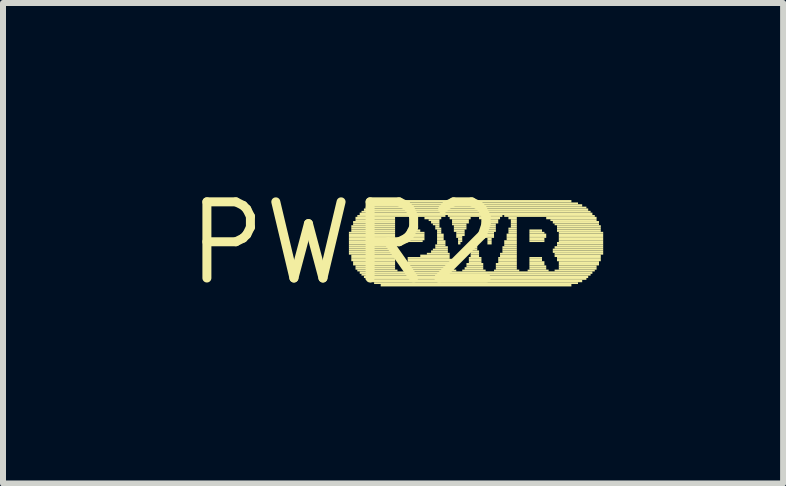
<source format=kicad_pcb>
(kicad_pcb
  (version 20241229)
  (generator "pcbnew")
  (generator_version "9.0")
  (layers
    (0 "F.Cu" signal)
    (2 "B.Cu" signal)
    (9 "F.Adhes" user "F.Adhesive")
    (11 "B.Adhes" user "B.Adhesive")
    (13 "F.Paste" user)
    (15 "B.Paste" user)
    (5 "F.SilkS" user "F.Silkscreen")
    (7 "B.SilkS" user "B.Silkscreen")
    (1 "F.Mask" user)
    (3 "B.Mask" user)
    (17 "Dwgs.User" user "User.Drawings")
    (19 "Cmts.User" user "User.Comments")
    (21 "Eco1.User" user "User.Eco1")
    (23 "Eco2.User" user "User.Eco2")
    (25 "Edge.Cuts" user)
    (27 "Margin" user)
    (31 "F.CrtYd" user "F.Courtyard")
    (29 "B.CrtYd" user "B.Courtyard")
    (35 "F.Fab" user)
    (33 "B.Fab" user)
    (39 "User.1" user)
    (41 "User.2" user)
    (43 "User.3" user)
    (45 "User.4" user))
  (footprint "PWR2"
    (layer "F.Cu")
    (at 2.698 1.006)
    (property "Reference" "PWR2" (at 0 0 0) (layer "F.SilkS") (effects (font (size 1.27 1.27) (thickness 0.15))))
    (fp_poly (pts (xy 0.07 -0.16) (xy 0.84 -0.16) (xy 0.84 -0.19) (xy 0.07 -0.19)) (stroke (width 0) (type solid)) (fill yes) (layer "F.SilkS"))
    (fp_poly (pts (xy 0.07 -0.12) (xy 0.84 -0.12) (xy 0.84 -0.16) (xy 0.07 -0.16)) (stroke (width 0) (type solid)) (fill yes) (layer "F.SilkS"))
    (fp_poly (pts (xy 0.07 -0.09) (xy 0.84 -0.09) (xy 0.84 -0.12) (xy 0.07 -0.12)) (stroke (width 0) (type solid)) (fill yes) (layer "F.SilkS"))
    (fp_poly (pts (xy 0.07 -0.05) (xy 0.84 -0.05) (xy 0.84 -0.09) (xy 0.07 -0.09)) (stroke (width 0) (type solid)) (fill yes) (layer "F.SilkS"))
    (fp_poly (pts (xy 0.07 -0.02) (xy 0.84 -0.02) (xy 0.84 -0.05) (xy 0.07 -0.05)) (stroke (width 0) (type solid)) (fill yes) (layer "F.SilkS"))
    (fp_poly (pts (xy 0.07 0.02) (xy 0.84 0.02) (xy 0.84 -0.02) (xy 0.07 -0.02)) (stroke (width 0) (type solid)) (fill yes) (layer "F.SilkS"))
    (fp_poly (pts (xy 0.07 0.05) (xy 0.84 0.05) (xy 0.84 0.02) (xy 0.07 0.02)) (stroke (width 0) (type solid)) (fill yes) (layer "F.SilkS"))
    (fp_poly (pts (xy 0.07 0.09) (xy 0.84 0.09) (xy 0.84 0.05) (xy 0.07 0.05)) (stroke (width 0) (type solid)) (fill yes) (layer "F.SilkS"))
    (fp_poly (pts (xy 0.07 0.12) (xy 0.84 0.12) (xy 0.84 0.09) (xy 0.07 0.09)) (stroke (width 0) (type solid)) (fill yes) (layer "F.SilkS"))
    (fp_poly (pts (xy 0.07 0.16) (xy 0.84 0.16) (xy 0.84 0.12) (xy 0.07 0.12)) (stroke (width 0) (type solid)) (fill yes) (layer "F.SilkS"))
    (fp_poly (pts (xy 0.07 0.19) (xy 0.84 0.19) (xy 0.84 0.16) (xy 0.07 0.16)) (stroke (width 0) (type solid)) (fill yes) (layer "F.SilkS"))
    (fp_poly (pts (xy 0.11 -0.26) (xy 0.84 -0.26) (xy 0.84 -0.3) (xy 0.11 -0.3)) (stroke (width 0) (type solid)) (fill yes) (layer "F.SilkS"))
    (fp_poly (pts (xy 0.11 -0.23) (xy 0.84 -0.23) (xy 0.84 -0.26) (xy 0.11 -0.26)) (stroke (width 0) (type solid)) (fill yes) (layer "F.SilkS"))
    (fp_poly (pts (xy 0.11 -0.19) (xy 0.84 -0.19) (xy 0.84 -0.23) (xy 0.11 -0.23)) (stroke (width 0) (type solid)) (fill yes) (layer "F.SilkS"))
    (fp_poly (pts (xy 0.11 0.23) (xy 0.84 0.23) (xy 0.84 0.19) (xy 0.11 0.19)) (stroke (width 0) (type solid)) (fill yes) (layer "F.SilkS"))
    (fp_poly (pts (xy 0.11 0.26) (xy 0.84 0.26) (xy 0.84 0.23) (xy 0.11 0.23)) (stroke (width 0) (type solid)) (fill yes) (layer "F.SilkS"))
    (fp_poly (pts (xy 0.11 0.3) (xy 0.84 0.3) (xy 0.84 0.26) (xy 0.11 0.26)) (stroke (width 0) (type solid)) (fill yes) (layer "F.SilkS"))
    (fp_poly (pts (xy 0.14 -0.33) (xy 0.84 -0.33) (xy 0.84 -0.37) (xy 0.14 -0.37)) (stroke (width 0) (type solid)) (fill yes) (layer "F.SilkS"))
    (fp_poly (pts (xy 0.14 -0.3) (xy 0.84 -0.3) (xy 0.84 -0.33) (xy 0.14 -0.33)) (stroke (width 0) (type solid)) (fill yes) (layer "F.SilkS"))
    (fp_poly (pts (xy 0.14 0.33) (xy 0.84 0.33) (xy 0.84 0.3) (xy 0.14 0.3)) (stroke (width 0) (type solid)) (fill yes) (layer "F.SilkS"))
    (fp_poly (pts (xy 0.14 0.37) (xy 0.84 0.37) (xy 0.84 0.33) (xy 0.14 0.33)) (stroke (width 0) (type solid)) (fill yes) (layer "F.SilkS"))
    (fp_poly (pts (xy 0.18 -0.4) (xy 0.84 -0.4) (xy 0.84 -0.44) (xy 0.18 -0.44)) (stroke (width 0) (type solid)) (fill yes) (layer "F.SilkS"))
    (fp_poly (pts (xy 0.18 -0.37) (xy 0.84 -0.37) (xy 0.84 -0.4) (xy 0.18 -0.4)) (stroke (width 0) (type solid)) (fill yes) (layer "F.SilkS"))
    (fp_poly (pts (xy 0.18 0.4) (xy 0.84 0.4) (xy 0.84 0.37) (xy 0.18 0.37)) (stroke (width 0) (type solid)) (fill yes) (layer "F.SilkS"))
    (fp_poly (pts (xy 0.18 0.44) (xy 0.84 0.44) (xy 0.84 0.4) (xy 0.18 0.4)) (stroke (width 0) (type solid)) (fill yes) (layer "F.SilkS"))
    (fp_poly (pts (xy 0.21 -0.44) (xy 1.68 -0.44) (xy 1.68 -0.47) (xy 0.21 -0.47)) (stroke (width 0) (type solid)) (fill yes) (layer "F.SilkS"))
    (fp_poly (pts (xy 0.21 0.47) (xy 0.88 0.47) (xy 0.88 0.44) (xy 0.21 0.44)) (stroke (width 0) (type solid)) (fill yes) (layer "F.SilkS"))
    (fp_poly (pts (xy 0.25 -0.47) (xy 4.13 -0.47) (xy 4.13 -0.51) (xy 0.25 -0.51)) (stroke (width 0) (type solid)) (fill yes) (layer "F.SilkS"))
    (fp_poly (pts (xy 0.25 0.51) (xy 4.13 0.51) (xy 4.13 0.47) (xy 0.25 0.47)) (stroke (width 0) (type solid)) (fill yes) (layer "F.SilkS"))
    (fp_poly (pts (xy 0.28 -0.51) (xy 4.1 -0.51) (xy 4.1 -0.54) (xy 0.28 -0.54)) (stroke (width 0) (type solid)) (fill yes) (layer "F.SilkS"))
    (fp_poly (pts (xy 0.28 0.54) (xy 4.1 0.54) (xy 4.1 0.51) (xy 0.28 0.51)) (stroke (width 0) (type solid)) (fill yes) (layer "F.SilkS"))
    (fp_poly (pts (xy 0.32 -0.54) (xy 4.06 -0.54) (xy 4.06 -0.58) (xy 0.32 -0.58)) (stroke (width 0) (type solid)) (fill yes) (layer "F.SilkS"))
    (fp_poly (pts (xy 0.32 0.58) (xy 4.06 0.58) (xy 4.06 0.54) (xy 0.32 0.54)) (stroke (width 0) (type solid)) (fill yes) (layer "F.SilkS"))
    (fp_poly (pts (xy 0.35 -0.58) (xy 4.03 -0.58) (xy 4.03 -0.61) (xy 0.35 -0.61)) (stroke (width 0) (type solid)) (fill yes) (layer "F.SilkS"))
    (fp_poly (pts (xy 0.35 0.61) (xy 4.03 0.61) (xy 4.03 0.58) (xy 0.35 0.58)) (stroke (width 0) (type solid)) (fill yes) (layer "F.SilkS"))
    (fp_poly (pts (xy 0.42 -0.61) (xy 3.96 -0.61) (xy 3.96 -0.65) (xy 0.42 -0.65)) (stroke (width 0) (type solid)) (fill yes) (layer "F.SilkS"))
    (fp_poly (pts (xy 0.42 0.65) (xy 3.96 0.65) (xy 3.96 0.61) (xy 0.42 0.61)) (stroke (width 0) (type solid)) (fill yes) (layer "F.SilkS"))
    (fp_poly (pts (xy 0.49 -0.65) (xy 3.89 -0.65) (xy 3.89 -0.68) (xy 0.49 -0.68)) (stroke (width 0) (type solid)) (fill yes) (layer "F.SilkS"))
    (fp_poly (pts (xy 0.49 0.68) (xy 3.89 0.68) (xy 3.89 0.65) (xy 0.49 0.65)) (stroke (width 0) (type solid)) (fill yes) (layer "F.SilkS"))
    (fp_poly (pts (xy 0.6 -0.68) (xy 3.78 -0.68) (xy 3.78 -0.72) (xy 0.6 -0.72)) (stroke (width 0) (type solid)) (fill yes) (layer "F.SilkS"))
    (fp_poly (pts (xy 0.6 0.72) (xy 3.78 0.72) (xy 3.78 0.68) (xy 0.6 0.68)) (stroke (width 0) (type solid)) (fill yes) (layer "F.SilkS"))
    (fp_poly (pts (xy 1.02 0.47) (xy 1.86 0.47) (xy 1.86 0.44) (xy 1.02 0.44)) (stroke (width 0) (type solid)) (fill yes) (layer "F.SilkS"))
    (fp_poly (pts (xy 1.05 -0.19) (xy 1.26 -0.19) (xy 1.26 -0.23) (xy 1.05 -0.23)) (stroke (width 0) (type solid)) (fill yes) (layer "F.SilkS"))
    (fp_poly (pts (xy 1.05 -0.16) (xy 1.33 -0.16) (xy 1.33 -0.19) (xy 1.05 -0.19)) (stroke (width 0) (type solid)) (fill yes) (layer "F.SilkS"))
    (fp_poly (pts (xy 1.05 -0.12) (xy 1.33 -0.12) (xy 1.33 -0.16) (xy 1.05 -0.16)) (stroke (width 0) (type solid)) (fill yes) (layer "F.SilkS"))
    (fp_poly (pts (xy 1.05 -0.09) (xy 1.33 -0.09) (xy 1.33 -0.12) (xy 1.05 -0.12)) (stroke (width 0) (type solid)) (fill yes) (layer "F.SilkS"))
    (fp_poly (pts (xy 1.05 -0.05) (xy 1.33 -0.05) (xy 1.33 -0.09) (xy 1.05 -0.09)) (stroke (width 0) (type solid)) (fill yes) (layer "F.SilkS"))
    (fp_poly (pts (xy 1.05 -0.02) (xy 1.3 -0.02) (xy 1.3 -0.05) (xy 1.05 -0.05)) (stroke (width 0) (type solid)) (fill yes) (layer "F.SilkS"))
    (fp_poly (pts (xy 1.05 0.26) (xy 1.75 0.26) (xy 1.75 0.23) (xy 1.05 0.23)) (stroke (width 0) (type solid)) (fill yes) (layer "F.SilkS"))
    (fp_poly (pts (xy 1.05 0.3) (xy 1.79 0.3) (xy 1.79 0.26) (xy 1.05 0.26)) (stroke (width 0) (type solid)) (fill yes) (layer "F.SilkS"))
    (fp_poly (pts (xy 1.05 0.33) (xy 1.79 0.33) (xy 1.79 0.3) (xy 1.05 0.3)) (stroke (width 0) (type solid)) (fill yes) (layer "F.SilkS"))
    (fp_poly (pts (xy 1.05 0.37) (xy 1.82 0.37) (xy 1.82 0.33) (xy 1.05 0.33)) (stroke (width 0) (type solid)) (fill yes) (layer "F.SilkS"))
    (fp_poly (pts (xy 1.05 0.4) (xy 1.82 0.4) (xy 1.82 0.37) (xy 1.05 0.37)) (stroke (width 0) (type solid)) (fill yes) (layer "F.SilkS"))
    (fp_poly (pts (xy 1.05 0.44) (xy 1.82 0.44) (xy 1.82 0.4) (xy 1.05 0.4)) (stroke (width 0) (type solid)) (fill yes) (layer "F.SilkS"))
    (fp_poly (pts (xy 1.26 0.23) (xy 1.75 0.23) (xy 1.75 0.19) (xy 1.26 0.19)) (stroke (width 0) (type solid)) (fill yes) (layer "F.SilkS"))
    (fp_poly (pts (xy 1.33 -0.4) (xy 1.61 -0.4) (xy 1.61 -0.44) (xy 1.33 -0.44)) (stroke (width 0) (type solid)) (fill yes) (layer "F.SilkS"))
    (fp_poly (pts (xy 1.37 0.19) (xy 1.75 0.19) (xy 1.75 0.16) (xy 1.37 0.16)) (stroke (width 0) (type solid)) (fill yes) (layer "F.SilkS"))
    (fp_poly (pts (xy 1.4 -0.37) (xy 1.58 -0.37) (xy 1.58 -0.4) (xy 1.4 -0.4)) (stroke (width 0) (type solid)) (fill yes) (layer "F.SilkS"))
    (fp_poly (pts (xy 1.44 -0.33) (xy 1.58 -0.33) (xy 1.58 -0.37) (xy 1.44 -0.37)) (stroke (width 0) (type solid)) (fill yes) (layer "F.SilkS"))
    (fp_poly (pts (xy 1.44 0.16) (xy 1.72 0.16) (xy 1.72 0.12) (xy 1.44 0.12)) (stroke (width 0) (type solid)) (fill yes) (layer "F.SilkS"))
    (fp_poly (pts (xy 1.47 -0.3) (xy 1.58 -0.3) (xy 1.58 -0.33) (xy 1.47 -0.33)) (stroke (width 0) (type solid)) (fill yes) (layer "F.SilkS"))
    (fp_poly (pts (xy 1.47 0.12) (xy 1.72 0.12) (xy 1.72 0.09) (xy 1.47 0.09)) (stroke (width 0) (type solid)) (fill yes) (layer "F.SilkS"))
    (fp_poly (pts (xy 1.51 -0.26) (xy 1.58 -0.26) (xy 1.58 -0.3) (xy 1.51 -0.3)) (stroke (width 0) (type solid)) (fill yes) (layer "F.SilkS"))
    (fp_poly (pts (xy 1.51 -0.23) (xy 1.61 -0.23) (xy 1.61 -0.26) (xy 1.51 -0.26)) (stroke (width 0) (type solid)) (fill yes) (layer "F.SilkS"))
    (fp_poly (pts (xy 1.51 0.05) (xy 1.68 0.05) (xy 1.68 0.02) (xy 1.51 0.02)) (stroke (width 0) (type solid)) (fill yes) (layer "F.SilkS"))
    (fp_poly (pts (xy 1.51 0.09) (xy 1.72 0.09) (xy 1.72 0.05) (xy 1.51 0.05)) (stroke (width 0) (type solid)) (fill yes) (layer "F.SilkS"))
    (fp_poly (pts (xy 1.54 -0.19) (xy 1.61 -0.19) (xy 1.61 -0.23) (xy 1.54 -0.23)) (stroke (width 0) (type solid)) (fill yes) (layer "F.SilkS"))
    (fp_poly (pts (xy 1.54 -0.16) (xy 1.61 -0.16) (xy 1.61 -0.19) (xy 1.54 -0.19)) (stroke (width 0) (type solid)) (fill yes) (layer "F.SilkS"))
    (fp_poly (pts (xy 1.54 -0.12) (xy 1.65 -0.12) (xy 1.65 -0.16) (xy 1.54 -0.16)) (stroke (width 0) (type solid)) (fill yes) (layer "F.SilkS"))
    (fp_poly (pts (xy 1.54 -0.09) (xy 1.65 -0.09) (xy 1.65 -0.12) (xy 1.54 -0.12)) (stroke (width 0) (type solid)) (fill yes) (layer "F.SilkS"))
    (fp_poly (pts (xy 1.54 -0.05) (xy 1.65 -0.05) (xy 1.65 -0.09) (xy 1.54 -0.09)) (stroke (width 0) (type solid)) (fill yes) (layer "F.SilkS"))
    (fp_poly (pts (xy 1.54 -0.02) (xy 1.68 -0.02) (xy 1.68 -0.05) (xy 1.54 -0.05)) (stroke (width 0) (type solid)) (fill yes) (layer "F.SilkS"))
    (fp_poly (pts (xy 1.54 0.02) (xy 1.68 0.02) (xy 1.68 -0.02) (xy 1.54 -0.02)) (stroke (width 0) (type solid)) (fill yes) (layer "F.SilkS"))
    (fp_poly (pts (xy 1.72 -0.44) (xy 2.63 -0.44) (xy 2.63 -0.47) (xy 1.72 -0.47)) (stroke (width 0) (type solid)) (fill yes) (layer "F.SilkS"))
    (fp_poly (pts (xy 1.75 -0.4) (xy 2.1 -0.4) (xy 2.1 -0.44) (xy 1.75 -0.44)) (stroke (width 0) (type solid)) (fill yes) (layer "F.SilkS"))
    (fp_poly (pts (xy 1.79 -0.37) (xy 2.07 -0.37) (xy 2.07 -0.4) (xy 1.79 -0.4)) (stroke (width 0) (type solid)) (fill yes) (layer "F.SilkS"))
    (fp_poly (pts (xy 1.79 -0.33) (xy 2.07 -0.33) (xy 2.07 -0.37) (xy 1.79 -0.37)) (stroke (width 0) (type solid)) (fill yes) (layer "F.SilkS"))
    (fp_poly (pts (xy 1.79 -0.3) (xy 2.03 -0.3) (xy 2.03 -0.33) (xy 1.79 -0.33)) (stroke (width 0) (type solid)) (fill yes) (layer "F.SilkS"))
    (fp_poly (pts (xy 1.82 -0.26) (xy 2.03 -0.26) (xy 2.03 -0.3) (xy 1.82 -0.3)) (stroke (width 0) (type solid)) (fill yes) (layer "F.SilkS"))
    (fp_poly (pts (xy 1.82 -0.23) (xy 2.03 -0.23) (xy 2.03 -0.26) (xy 1.82 -0.26)) (stroke (width 0) (type solid)) (fill yes) (layer "F.SilkS"))
    (fp_poly (pts (xy 1.82 -0.19) (xy 2 -0.19) (xy 2 -0.23) (xy 1.82 -0.23)) (stroke (width 0) (type solid)) (fill yes) (layer "F.SilkS"))
    (fp_poly (pts (xy 1.86 -0.16) (xy 2 -0.16) (xy 2 -0.19) (xy 1.86 -0.19)) (stroke (width 0) (type solid)) (fill yes) (layer "F.SilkS"))
    (fp_poly (pts (xy 1.86 -0.12) (xy 2 -0.12) (xy 2 -0.16) (xy 1.86 -0.16)) (stroke (width 0) (type solid)) (fill yes) (layer "F.SilkS"))
    (fp_poly (pts (xy 1.86 -0.09) (xy 1.96 -0.09) (xy 1.96 -0.12) (xy 1.86 -0.12)) (stroke (width 0) (type solid)) (fill yes) (layer "F.SilkS"))
    (fp_poly (pts (xy 1.89 -0.05) (xy 1.96 -0.05) (xy 1.96 -0.09) (xy 1.89 -0.09)) (stroke (width 0) (type solid)) (fill yes) (layer "F.SilkS"))
    (fp_poly (pts (xy 1.89 -0.02) (xy 1.96 -0.02) (xy 1.96 -0.05) (xy 1.89 -0.05)) (stroke (width 0) (type solid)) (fill yes) (layer "F.SilkS"))
    (fp_poly (pts (xy 1.89 0.02) (xy 1.93 0.02) (xy 1.93 -0.02) (xy 1.89 -0.02)) (stroke (width 0) (type solid)) (fill yes) (layer "F.SilkS"))
    (fp_poly (pts (xy 1.96 0.47) (xy 2.35 0.47) (xy 2.35 0.44) (xy 1.96 0.44)) (stroke (width 0) (type solid)) (fill yes) (layer "F.SilkS"))
    (fp_poly (pts (xy 2 0.44) (xy 2.31 0.44) (xy 2.31 0.4) (xy 2 0.4)) (stroke (width 0) (type solid)) (fill yes) (layer "F.SilkS"))
    (fp_poly (pts (xy 2.03 0.37) (xy 2.31 0.37) (xy 2.31 0.33) (xy 2.03 0.33)) (stroke (width 0) (type solid)) (fill yes) (layer "F.SilkS"))
    (fp_poly (pts (xy 2.03 0.4) (xy 2.31 0.4) (xy 2.31 0.37) (xy 2.03 0.37)) (stroke (width 0) (type solid)) (fill yes) (layer "F.SilkS"))
    (fp_poly (pts (xy 2.07 0.26) (xy 2.28 0.26) (xy 2.28 0.23) (xy 2.07 0.23)) (stroke (width 0) (type solid)) (fill yes) (layer "F.SilkS"))
    (fp_poly (pts (xy 2.07 0.3) (xy 2.28 0.3) (xy 2.28 0.26) (xy 2.07 0.26)) (stroke (width 0) (type solid)) (fill yes) (layer "F.SilkS"))
    (fp_poly (pts (xy 2.07 0.33) (xy 2.28 0.33) (xy 2.28 0.3) (xy 2.07 0.3)) (stroke (width 0) (type solid)) (fill yes) (layer "F.SilkS"))
    (fp_poly (pts (xy 2.1 0.16) (xy 2.24 0.16) (xy 2.24 0.12) (xy 2.1 0.12)) (stroke (width 0) (type solid)) (fill yes) (layer "F.SilkS"))
    (fp_poly (pts (xy 2.1 0.19) (xy 2.24 0.19) (xy 2.24 0.16) (xy 2.1 0.16)) (stroke (width 0) (type solid)) (fill yes) (layer "F.SilkS"))
    (fp_poly (pts (xy 2.1 0.23) (xy 2.24 0.23) (xy 2.24 0.19) (xy 2.1 0.19)) (stroke (width 0) (type solid)) (fill yes) (layer "F.SilkS"))
    (fp_poly (pts (xy 2.14 0.05) (xy 2.21 0.05) (xy 2.21 0.02) (xy 2.14 0.02)) (stroke (width 0) (type solid)) (fill yes) (layer "F.SilkS"))
    (fp_poly (pts (xy 2.14 0.09) (xy 2.21 0.09) (xy 2.21 0.05) (xy 2.14 0.05)) (stroke (width 0) (type solid)) (fill yes) (layer "F.SilkS"))
    (fp_poly (pts (xy 2.14 0.12) (xy 2.21 0.12) (xy 2.21 0.09) (xy 2.14 0.09)) (stroke (width 0) (type solid)) (fill yes) (layer "F.SilkS"))
    (fp_poly (pts (xy 2.24 -0.4) (xy 2.59 -0.4) (xy 2.59 -0.44) (xy 2.24 -0.44)) (stroke (width 0) (type solid)) (fill yes) (layer "F.SilkS"))
    (fp_poly (pts (xy 2.28 -0.37) (xy 2.56 -0.37) (xy 2.56 -0.4) (xy 2.28 -0.4)) (stroke (width 0) (type solid)) (fill yes) (layer "F.SilkS"))
    (fp_poly (pts (xy 2.28 -0.33) (xy 2.56 -0.33) (xy 2.56 -0.37) (xy 2.28 -0.37)) (stroke (width 0) (type solid)) (fill yes) (layer "F.SilkS"))
    (fp_poly (pts (xy 2.28 -0.3) (xy 2.52 -0.3) (xy 2.52 -0.33) (xy 2.28 -0.33)) (stroke (width 0) (type solid)) (fill yes) (layer "F.SilkS"))
    (fp_poly (pts (xy 2.31 -0.26) (xy 2.52 -0.26) (xy 2.52 -0.3) (xy 2.31 -0.3)) (stroke (width 0) (type solid)) (fill yes) (layer "F.SilkS"))
    (fp_poly (pts (xy 2.31 -0.23) (xy 2.52 -0.23) (xy 2.52 -0.26) (xy 2.31 -0.26)) (stroke (width 0) (type solid)) (fill yes) (layer "F.SilkS"))
    (fp_poly (pts (xy 2.31 -0.19) (xy 2.52 -0.19) (xy 2.52 -0.23) (xy 2.31 -0.23)) (stroke (width 0) (type solid)) (fill yes) (layer "F.SilkS"))
    (fp_poly (pts (xy 2.35 -0.16) (xy 2.49 -0.16) (xy 2.49 -0.19) (xy 2.35 -0.19)) (stroke (width 0) (type solid)) (fill yes) (layer "F.SilkS"))
    (fp_poly (pts (xy 2.35 -0.12) (xy 2.49 -0.12) (xy 2.49 -0.16) (xy 2.35 -0.16)) (stroke (width 0) (type solid)) (fill yes) (layer "F.SilkS"))
    (fp_poly (pts (xy 2.35 -0.09) (xy 2.49 -0.09) (xy 2.49 -0.12) (xy 2.35 -0.12)) (stroke (width 0) (type solid)) (fill yes) (layer "F.SilkS"))
    (fp_poly (pts (xy 2.38 -0.05) (xy 2.45 -0.05) (xy 2.45 -0.09) (xy 2.38 -0.09)) (stroke (width 0) (type solid)) (fill yes) (layer "F.SilkS"))
    (fp_poly (pts (xy 2.38 -0.02) (xy 2.45 -0.02) (xy 2.45 -0.05) (xy 2.38 -0.05)) (stroke (width 0) (type solid)) (fill yes) (layer "F.SilkS"))
    (fp_poly (pts (xy 2.38 0.02) (xy 2.45 0.02) (xy 2.45 -0.02) (xy 2.38 -0.02)) (stroke (width 0) (type solid)) (fill yes) (layer "F.SilkS"))
    (fp_poly (pts (xy 2.49 0.47) (xy 2.91 0.47) (xy 2.91 0.44) (xy 2.49 0.44)) (stroke (width 0) (type solid)) (fill yes) (layer "F.SilkS"))
    (fp_poly (pts (xy 2.52 0.37) (xy 2.87 0.37) (xy 2.87 0.33) (xy 2.52 0.33)) (stroke (width 0) (type solid)) (fill yes) (layer "F.SilkS"))
    (fp_poly (pts (xy 2.52 0.4) (xy 2.87 0.4) (xy 2.87 0.37) (xy 2.52 0.37)) (stroke (width 0) (type solid)) (fill yes) (layer "F.SilkS"))
    (fp_poly (pts (xy 2.52 0.44) (xy 2.87 0.44) (xy 2.87 0.4) (xy 2.52 0.4)) (stroke (width 0) (type solid)) (fill yes) (layer "F.SilkS"))
    (fp_poly (pts (xy 2.56 0.26) (xy 2.87 0.26) (xy 2.87 0.23) (xy 2.56 0.23)) (stroke (width 0) (type solid)) (fill yes) (layer "F.SilkS"))
    (fp_poly (pts (xy 2.56 0.3) (xy 2.87 0.3) (xy 2.87 0.26) (xy 2.56 0.26)) (stroke (width 0) (type solid)) (fill yes) (layer "F.SilkS"))
    (fp_poly (pts (xy 2.56 0.33) (xy 2.87 0.33) (xy 2.87 0.3) (xy 2.56 0.3)) (stroke (width 0) (type solid)) (fill yes) (layer "F.SilkS"))
    (fp_poly (pts (xy 2.59 0.19) (xy 2.87 0.19) (xy 2.87 0.16) (xy 2.59 0.16)) (stroke (width 0) (type solid)) (fill yes) (layer "F.SilkS"))
    (fp_poly (pts (xy 2.59 0.23) (xy 2.87 0.23) (xy 2.87 0.19) (xy 2.59 0.19)) (stroke (width 0) (type solid)) (fill yes) (layer "F.SilkS"))
    (fp_poly (pts (xy 2.63 0.09) (xy 2.87 0.09) (xy 2.87 0.05) (xy 2.63 0.05)) (stroke (width 0) (type solid)) (fill yes) (layer "F.SilkS"))
    (fp_poly (pts (xy 2.63 0.12) (xy 2.87 0.12) (xy 2.87 0.09) (xy 2.63 0.09)) (stroke (width 0) (type solid)) (fill yes) (layer "F.SilkS"))
    (fp_poly (pts (xy 2.63 0.16) (xy 2.87 0.16) (xy 2.87 0.12) (xy 2.63 0.12)) (stroke (width 0) (type solid)) (fill yes) (layer "F.SilkS"))
    (fp_poly (pts (xy 2.66 -0.44) (xy 4.17 -0.44) (xy 4.17 -0.47) (xy 2.66 -0.47)) (stroke (width 0) (type solid)) (fill yes) (layer "F.SilkS"))
    (fp_poly (pts (xy 2.66 -0.02) (xy 2.87 -0.02) (xy 2.87 -0.05) (xy 2.66 -0.05)) (stroke (width 0) (type solid)) (fill yes) (layer "F.SilkS"))
    (fp_poly (pts (xy 2.66 0.02) (xy 2.87 0.02) (xy 2.87 -0.02) (xy 2.66 -0.02)) (stroke (width 0) (type solid)) (fill yes) (layer "F.SilkS"))
    (fp_poly (pts (xy 2.66 0.05) (xy 2.87 0.05) (xy 2.87 0.02) (xy 2.66 0.02)) (stroke (width 0) (type solid)) (fill yes) (layer "F.SilkS"))
    (fp_poly (pts (xy 2.7 -0.12) (xy 2.87 -0.12) (xy 2.87 -0.16) (xy 2.7 -0.16)) (stroke (width 0) (type solid)) (fill yes) (layer "F.SilkS"))
    (fp_poly (pts (xy 2.7 -0.09) (xy 2.87 -0.09) (xy 2.87 -0.12) (xy 2.7 -0.12)) (stroke (width 0) (type solid)) (fill yes) (layer "F.SilkS"))
    (fp_poly (pts (xy 2.7 -0.05) (xy 2.87 -0.05) (xy 2.87 -0.09) (xy 2.7 -0.09)) (stroke (width 0) (type solid)) (fill yes) (layer "F.SilkS"))
    (fp_poly (pts (xy 2.73 -0.4) (xy 2.87 -0.4) (xy 2.87 -0.44) (xy 2.73 -0.44)) (stroke (width 0) (type solid)) (fill yes) (layer "F.SilkS"))
    (fp_poly (pts (xy 2.73 -0.23) (xy 2.87 -0.23) (xy 2.87 -0.26) (xy 2.73 -0.26)) (stroke (width 0) (type solid)) (fill yes) (layer "F.SilkS"))
    (fp_poly (pts (xy 2.73 -0.19) (xy 2.87 -0.19) (xy 2.87 -0.23) (xy 2.73 -0.23)) (stroke (width 0) (type solid)) (fill yes) (layer "F.SilkS"))
    (fp_poly (pts (xy 2.73 -0.16) (xy 2.87 -0.16) (xy 2.87 -0.19) (xy 2.73 -0.19)) (stroke (width 0) (type solid)) (fill yes) (layer "F.SilkS"))
    (fp_poly (pts (xy 2.77 -0.37) (xy 2.87 -0.37) (xy 2.87 -0.4) (xy 2.77 -0.4)) (stroke (width 0) (type solid)) (fill yes) (layer "F.SilkS"))
    (fp_poly (pts (xy 2.77 -0.33) (xy 2.87 -0.33) (xy 2.87 -0.37) (xy 2.77 -0.37)) (stroke (width 0) (type solid)) (fill yes) (layer "F.SilkS"))
    (fp_poly (pts (xy 2.77 -0.3) (xy 2.87 -0.3) (xy 2.87 -0.33) (xy 2.77 -0.33)) (stroke (width 0) (type solid)) (fill yes) (layer "F.SilkS"))
    (fp_poly (pts (xy 2.77 -0.26) (xy 2.87 -0.26) (xy 2.87 -0.3) (xy 2.77 -0.3)) (stroke (width 0) (type solid)) (fill yes) (layer "F.SilkS"))
    (fp_poly (pts (xy 3.05 0.47) (xy 3.4 0.47) (xy 3.4 0.44) (xy 3.05 0.44)) (stroke (width 0) (type solid)) (fill yes) (layer "F.SilkS"))
    (fp_poly (pts (xy 3.08 -0.19) (xy 3.29 -0.19) (xy 3.29 -0.23) (xy 3.08 -0.23)) (stroke (width 0) (type solid)) (fill yes) (layer "F.SilkS"))
    (fp_poly (pts (xy 3.08 -0.16) (xy 3.33 -0.16) (xy 3.33 -0.19) (xy 3.08 -0.19)) (stroke (width 0) (type solid)) (fill yes) (layer "F.SilkS"))
    (fp_poly (pts (xy 3.08 -0.12) (xy 3.36 -0.12) (xy 3.36 -0.16) (xy 3.08 -0.16)) (stroke (width 0) (type solid)) (fill yes) (layer "F.SilkS"))
    (fp_poly (pts (xy 3.08 -0.09) (xy 3.36 -0.09) (xy 3.36 -0.12) (xy 3.08 -0.12)) (stroke (width 0) (type solid)) (fill yes) (layer "F.SilkS"))
    (fp_poly (pts (xy 3.08 -0.05) (xy 3.33 -0.05) (xy 3.33 -0.09) (xy 3.08 -0.09)) (stroke (width 0) (type solid)) (fill yes) (layer "F.SilkS"))
    (fp_poly (pts (xy 3.08 -0.02) (xy 3.33 -0.02) (xy 3.33 -0.05) (xy 3.08 -0.05)) (stroke (width 0) (type solid)) (fill yes) (layer "F.SilkS"))
    (fp_poly (pts (xy 3.08 0.26) (xy 3.29 0.26) (xy 3.29 0.23) (xy 3.08 0.23)) (stroke (width 0) (type solid)) (fill yes) (layer "F.SilkS"))
    (fp_poly (pts (xy 3.08 0.3) (xy 3.29 0.3) (xy 3.29 0.26) (xy 3.08 0.26)) (stroke (width 0) (type solid)) (fill yes) (layer "F.SilkS"))
    (fp_poly (pts (xy 3.08 0.33) (xy 3.33 0.33) (xy 3.33 0.3) (xy 3.08 0.3)) (stroke (width 0) (type solid)) (fill yes) (layer "F.SilkS"))
    (fp_poly (pts (xy 3.08 0.37) (xy 3.33 0.37) (xy 3.33 0.33) (xy 3.08 0.33)) (stroke (width 0) (type solid)) (fill yes) (layer "F.SilkS"))
    (fp_poly (pts (xy 3.08 0.4) (xy 3.36 0.4) (xy 3.36 0.37) (xy 3.08 0.37)) (stroke (width 0) (type solid)) (fill yes) (layer "F.SilkS"))
    (fp_poly (pts (xy 3.08 0.44) (xy 3.36 0.44) (xy 3.36 0.4) (xy 3.08 0.4)) (stroke (width 0) (type solid)) (fill yes) (layer "F.SilkS"))
    (fp_poly (pts (xy 3.36 -0.4) (xy 4.2 -0.4) (xy 4.2 -0.44) (xy 3.36 -0.44)) (stroke (width 0) (type solid)) (fill yes) (layer "F.SilkS"))
    (fp_poly (pts (xy 3.43 -0.37) (xy 4.2 -0.37) (xy 4.2 -0.4) (xy 3.43 -0.4)) (stroke (width 0) (type solid)) (fill yes) (layer "F.SilkS"))
    (fp_poly (pts (xy 3.47 -0.33) (xy 4.24 -0.33) (xy 4.24 -0.37) (xy 3.47 -0.37)) (stroke (width 0) (type solid)) (fill yes) (layer "F.SilkS"))
    (fp_poly (pts (xy 3.47 0.12) (xy 4.31 0.12) (xy 4.31 0.09) (xy 3.47 0.09)) (stroke (width 0) (type solid)) (fill yes) (layer "F.SilkS"))
    (fp_poly (pts (xy 3.47 0.16) (xy 4.31 0.16) (xy 4.31 0.12) (xy 3.47 0.12)) (stroke (width 0) (type solid)) (fill yes) (layer "F.SilkS"))
    (fp_poly (pts (xy 3.5 -0.3) (xy 4.24 -0.3) (xy 4.24 -0.33) (xy 3.5 -0.33)) (stroke (width 0) (type solid)) (fill yes) (layer "F.SilkS"))
    (fp_poly (pts (xy 3.5 0.09) (xy 4.31 0.09) (xy 4.31 0.05) (xy 3.5 0.05)) (stroke (width 0) (type solid)) (fill yes) (layer "F.SilkS"))
    (fp_poly (pts (xy 3.5 0.19) (xy 4.31 0.19) (xy 4.31 0.16) (xy 3.5 0.16)) (stroke (width 0) (type solid)) (fill yes) (layer "F.SilkS"))
    (fp_poly (pts (xy 3.5 0.23) (xy 4.27 0.23) (xy 4.27 0.19) (xy 3.5 0.19)) (stroke (width 0) (type solid)) (fill yes) (layer "F.SilkS"))
    (fp_poly (pts (xy 3.5 0.47) (xy 4.17 0.47) (xy 4.17 0.44) (xy 3.5 0.44)) (stroke (width 0) (type solid)) (fill yes) (layer "F.SilkS"))
    (fp_poly (pts (xy 3.54 -0.26) (xy 4.27 -0.26) (xy 4.27 -0.3) (xy 3.54 -0.3)) (stroke (width 0) (type solid)) (fill yes) (layer "F.SilkS"))
    (fp_poly (pts (xy 3.54 -0.23) (xy 4.27 -0.23) (xy 4.27 -0.26) (xy 3.54 -0.26)) (stroke (width 0) (type solid)) (fill yes) (layer "F.SilkS"))
    (fp_poly (pts (xy 3.54 -0.19) (xy 4.27 -0.19) (xy 4.27 -0.23) (xy 3.54 -0.23)) (stroke (width 0) (type solid)) (fill yes) (layer "F.SilkS"))
    (fp_poly (pts (xy 3.54 0.02) (xy 4.31 0.02) (xy 4.31 -0.02) (xy 3.54 -0.02)) (stroke (width 0) (type solid)) (fill yes) (layer "F.SilkS"))
    (fp_poly (pts (xy 3.54 0.05) (xy 4.31 0.05) (xy 4.31 0.02) (xy 3.54 0.02)) (stroke (width 0) (type solid)) (fill yes) (layer "F.SilkS"))
    (fp_poly (pts (xy 3.54 0.26) (xy 4.27 0.26) (xy 4.27 0.23) (xy 3.54 0.23)) (stroke (width 0) (type solid)) (fill yes) (layer "F.SilkS"))
    (fp_poly (pts (xy 3.54 0.3) (xy 4.27 0.3) (xy 4.27 0.26) (xy 3.54 0.26)) (stroke (width 0) (type solid)) (fill yes) (layer "F.SilkS"))
    (fp_poly (pts (xy 3.57 -0.16) (xy 4.31 -0.16) (xy 4.31 -0.19) (xy 3.57 -0.19)) (stroke (width 0) (type solid)) (fill yes) (layer "F.SilkS"))
    (fp_poly (pts (xy 3.57 -0.12) (xy 4.31 -0.12) (xy 4.31 -0.16) (xy 3.57 -0.16)) (stroke (width 0) (type solid)) (fill yes) (layer "F.SilkS"))
    (fp_poly (pts (xy 3.57 -0.09) (xy 4.31 -0.09) (xy 4.31 -0.12) (xy 3.57 -0.12)) (stroke (width 0) (type solid)) (fill yes) (layer "F.SilkS"))
    (fp_poly (pts (xy 3.57 -0.05) (xy 4.31 -0.05) (xy 4.31 -0.09) (xy 3.57 -0.09)) (stroke (width 0) (type solid)) (fill yes) (layer "F.SilkS"))
    (fp_poly (pts (xy 3.57 -0.02) (xy 4.31 -0.02) (xy 4.31 -0.05) (xy 3.57 -0.05)) (stroke (width 0) (type solid)) (fill yes) (layer "F.SilkS"))
    (fp_poly (pts (xy 3.57 0.33) (xy 4.24 0.33) (xy 4.24 0.3) (xy 3.57 0.3)) (stroke (width 0) (type solid)) (fill yes) (layer "F.SilkS"))
    (fp_poly (pts (xy 3.57 0.37) (xy 4.24 0.37) (xy 4.24 0.33) (xy 3.57 0.33)) (stroke (width 0) (type solid)) (fill yes) (layer "F.SilkS"))
    (fp_poly (pts (xy 3.57 0.4) (xy 4.2 0.4) (xy 4.2 0.37) (xy 3.57 0.37)) (stroke (width 0) (type solid)) (fill yes) (layer "F.SilkS"))
    (fp_poly (pts (xy 3.57 0.44) (xy 4.2 0.44) (xy 4.2 0.4) (xy 3.57 0.4)) (stroke (width 0) (type solid)) (fill yes) (layer "F.SilkS")))
  (gr_rect
    (start -3 -3)
    (end 10.008 5.012)
    (stroke (width 0.1) (type default))
    (fill no)
    (layer "Edge.Cuts")))
</source>
